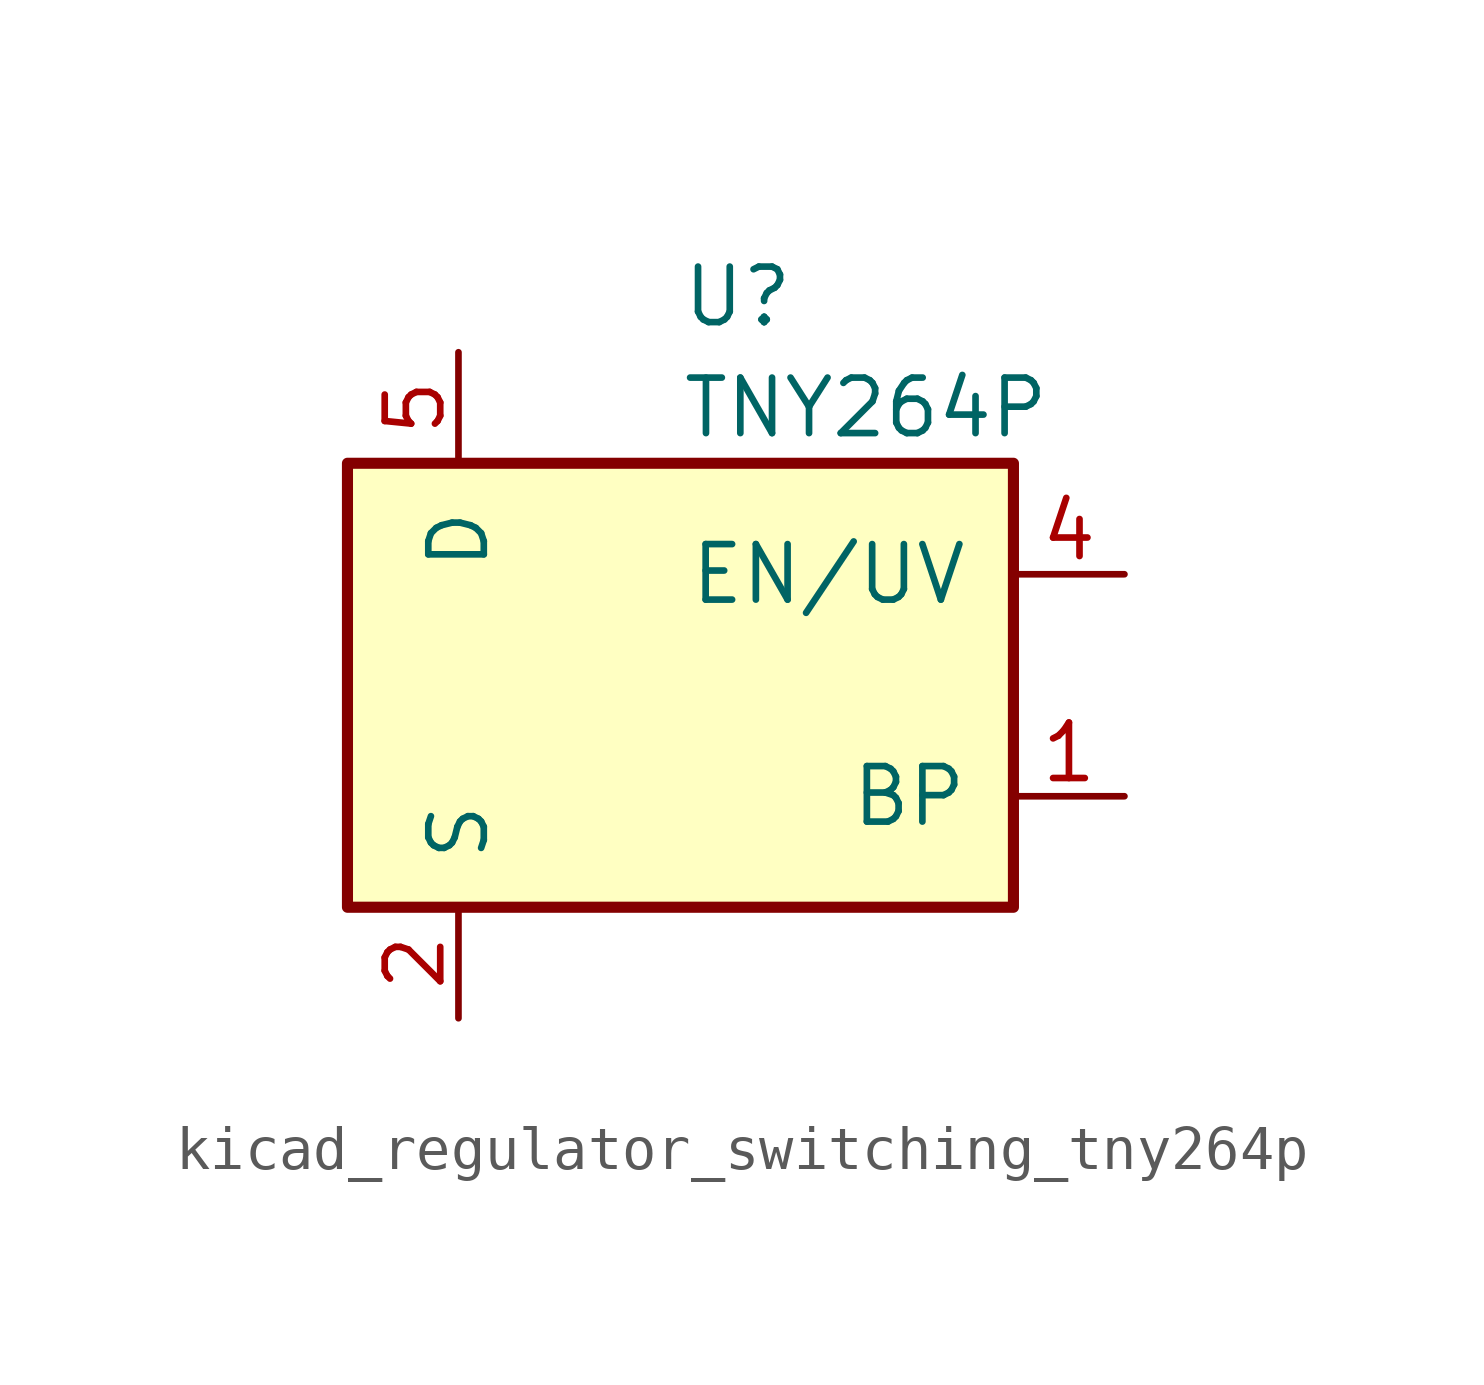
<source format=kicad_sym>
(kicad_symbol_lib
  (version 20220914)
  (generator kicad_symbol_editor)
  (symbol "kicad_regulator_switching_tny264p"
    (pin_names
      (offset 1.016))
    (property "Reference" "U"
      (at 0 8.89 0)
      (effects (font (size 1.27 1.27)) (justify left)))
    (property "Value" "TNY264P"
      (at 0 6.35 0)
      (effects (font (size 1.27 1.27)) (justify left)))
    (symbol "kicad_regulator_switching_tny264p_0_1"
      (rectangle (start -7.62 5.08) (end 7.62 -5.08) (stroke (width 0.254) (type default)) (fill (type background))))
    (symbol "kicad_regulator_switching_tny264p_1_1"
      (pin input line (at 10.16 -2.54 180) (length 2.54) (name "BP" (effects (font (size 1.27 1.27)))) (number "1" (effects (font (size 1.27 1.27)))))
      (pin power_in line (at -5.08 -7.62 90) (length 2.54) (name "S" (effects (font (size 1.27 1.27)))) (number "2" (effects (font (size 1.27 1.27)))))
      (pin passive line (at -5.08 -7.62 90) (length 2.54) hide (name "S" (effects (font (size 1.27 1.27)))) (number "3" (effects (font (size 1.27 1.27)))))
      (pin input line (at 10.16 2.54 180) (length 2.54) (name "EN/UV" (effects (font (size 1.27 1.27)))) (number "4" (effects (font (size 1.27 1.27)))))
      (pin open_collector line (at -5.08 7.62 270) (length 2.54) (name "D" (effects (font (size 1.27 1.27)))) (number "5" (effects (font (size 1.27 1.27)))))
      (pin passive line (at -5.08 -7.62 90) (length 2.54) hide (name "S" (effects (font (size 1.27 1.27)))) (number "7" (effects (font (size 1.27 1.27)))))
      (pin passive line (at -5.08 -7.62 90) (length 2.54) hide (name "S" (effects (font (size 1.27 1.27)))) (number "8" (effects (font (size 1.27 1.27))))))))
</source>
